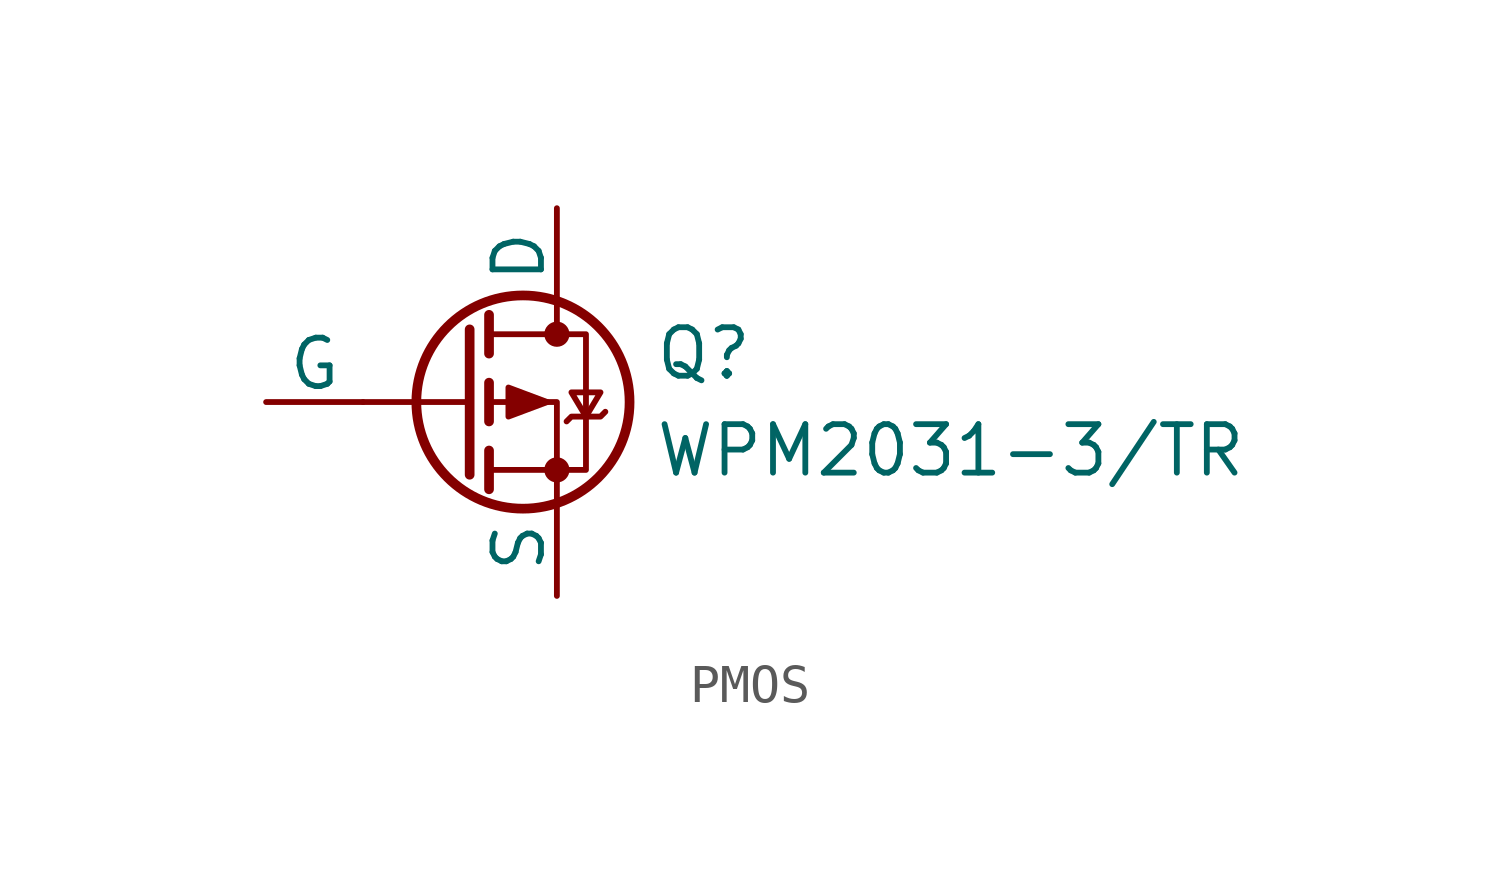
<source format=kicad_sym>
(kicad_symbol_lib
  (version 20231120)
  (generator "kicad_symbol_editor")
  (generator_version "8.0")
  (symbol "PMOS"
    (pin_numbers hide)
    (pin_names
      (offset 0))
    (property "Reference" "Q"
      (at 5.08 1.27 0)
      (effects (font (size 1.27 1.27)) (justify left)))
    (property "Value" "WPM2031-3/TR "
      (at 5.08 -1.27 0)
      (effects (font (size 1.27 1.27)) (justify left)))
    (symbol "PMOS_0_1"
      (polyline (pts (xy 0.254 0) (xy -2.54 0)) (stroke (width 0) (type default)) (fill (type none)))
      (polyline (pts (xy 0.254 1.905) (xy 0.254 -1.905)) (stroke (width 0.254) (type default)) (fill (type none)))
      (polyline (pts (xy 0.762 -1.27) (xy 0.762 -2.286)) (stroke (width 0.254) (type default)) (fill (type none)))
      (polyline (pts (xy 0.762 0.508) (xy 0.762 -0.508)) (stroke (width 0.254) (type default)) (fill (type none)))
      (polyline (pts (xy 0.762 2.286) (xy 0.762 1.27)) (stroke (width 0.254) (type default)) (fill (type none)))
      (polyline (pts (xy 2.54 2.54) (xy 2.54 1.778)) (stroke (width 0) (type default)) (fill (type none)))
      (polyline (pts (xy 2.54 -2.54) (xy 2.54 0) (xy 0.762 0)) (stroke (width 0) (type default)) (fill (type none)))
      (polyline (pts (xy 0.762 1.778) (xy 3.302 1.778) (xy 3.302 -1.778) (xy 0.762 -1.778)) (stroke (width 0) (type default)) (fill (type none)))
      (polyline (pts (xy 2.286 0) (xy 1.27 0.381) (xy 1.27 -0.381) (xy 2.286 0)) (stroke (width 0) (type default)) (fill (type outline)))
      (polyline (pts (xy 2.794 -0.508) (xy 2.921 -0.381) (xy 3.683 -0.381) (xy 3.81 -0.254)) (stroke (width 0) (type default)) (fill (type none)))
      (polyline (pts (xy 3.302 -0.381) (xy 2.921 0.254) (xy 3.683 0.254) (xy 3.302 -0.381)) (stroke (width 0) (type default)) (fill (type none)))
      (circle (center 1.651 0) (radius 2.794) (stroke (width 0.254) (type default)) (fill (type none)))
      (circle (center 2.54 -1.778) (radius 0.254) (stroke (width 0) (type default)) (fill (type outline)))
      (circle (center 2.54 1.778) (radius 0.254) (stroke (width 0) (type default)) (fill (type outline))))
    (symbol "PMOS_1_1"
      (pin passive line (at -5.08 0 0) (length 2.54) (name "G" (effects (font (size 1.27 1.27)))) (number "1" (effects (font (size 1.27 1.27)))))
      (pin input line (at 2.54 -5.08 90) (length 2.54) (name "S" (effects (font (size 1.27 1.27)))) (number "2" (effects (font (size 1.27 1.27)))))
      (pin passive line (at 2.54 5.08 270) (length 2.54) (name "D" (effects (font (size 1.27 1.27)))) (number "3" (effects (font (size 1.27 1.27))))))))
</source>
